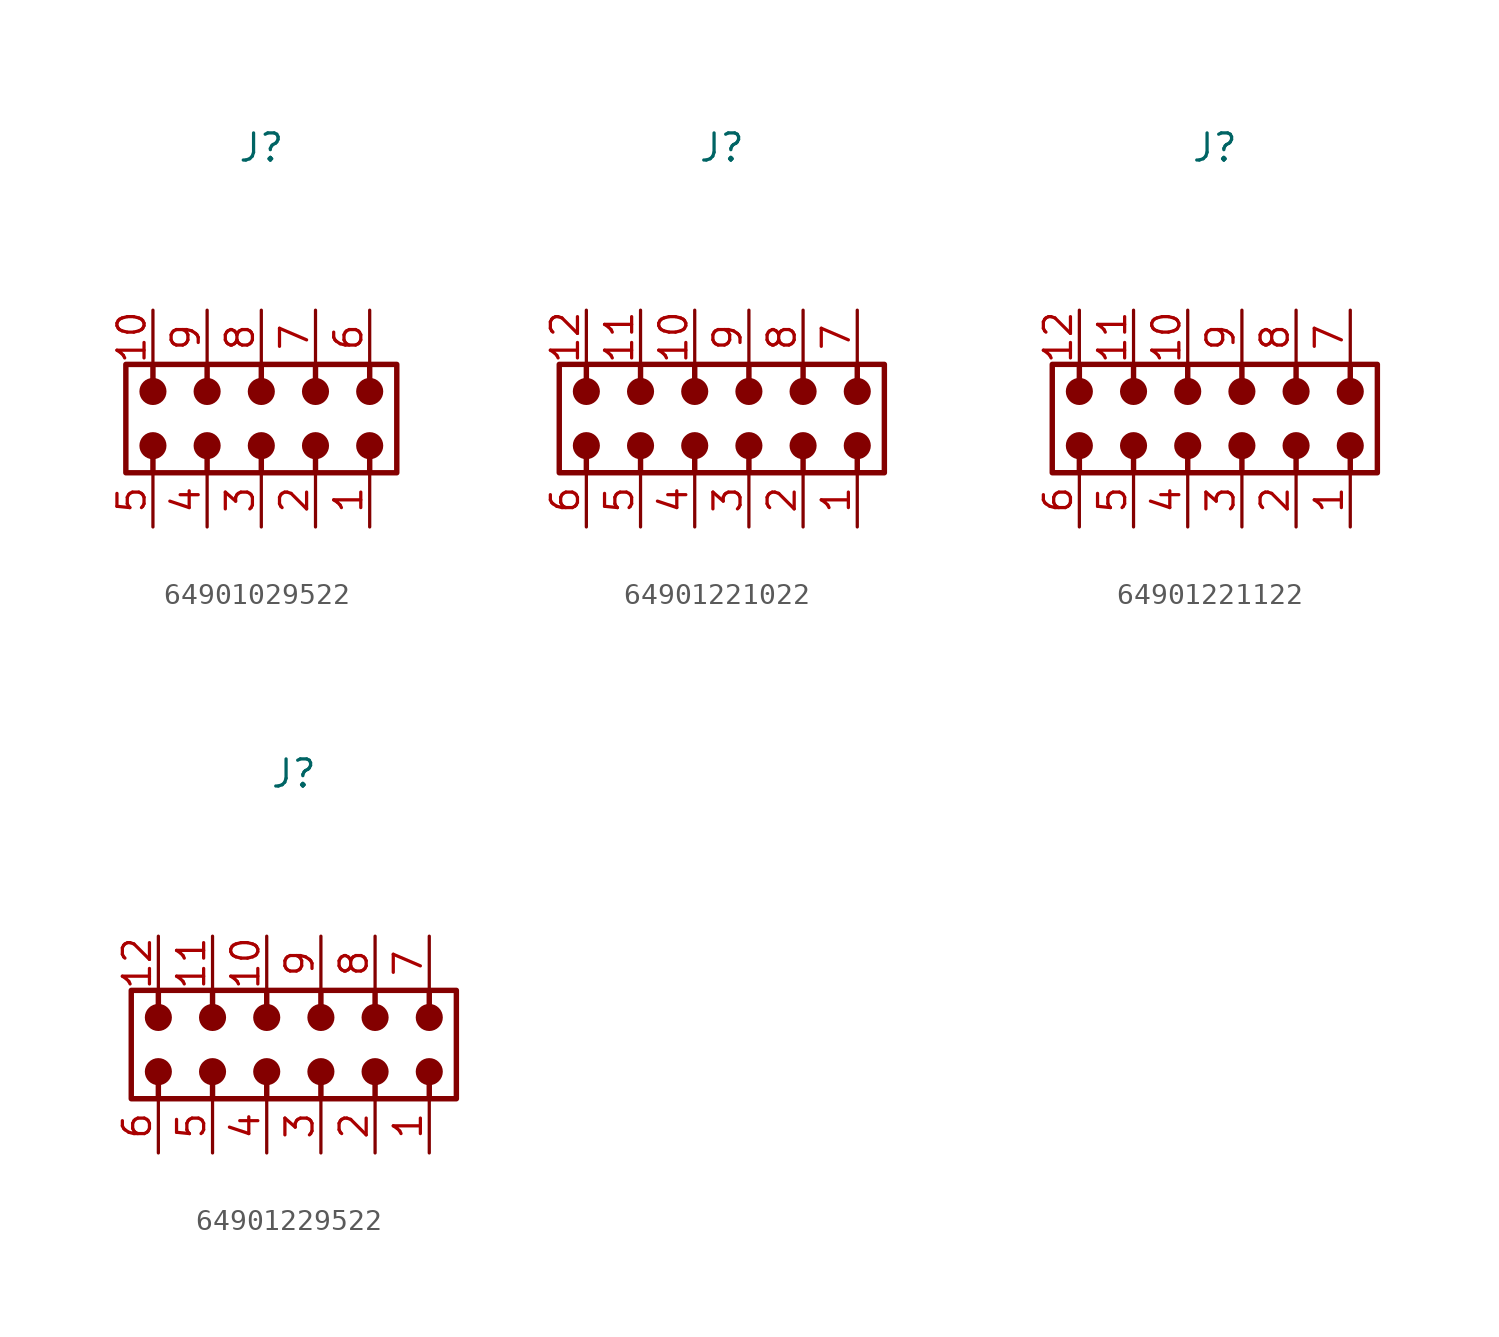
<source format=kicad_sym>
(kicad_symbol_lib
  (version 20241209)
  (generator "kicad_symbol_editor")
  (generator_version "9.0")
  (symbol "64901029522"
    (pin_names
      (hide yes))
    (property "Reference" "J"
      (at 0 12.7 0)
      (effects (font (size 1.27 1.27))))
    (symbol "64901029522_1_1"
      (rectangle (start -6.35 2.54) (end 6.35 -2.54) (stroke (width 0.254) (type solid)) (fill (type none)))
      (polyline (pts (xy -5.08 1.778) (xy -5.08 2.54)) (stroke (width 0.254) (type solid)) (fill (type none)))
      (circle (center -5.08 1.27) (radius 0.508) (stroke (width 0.254) (type solid)) (fill (type outline)))
      (circle (center -5.08 -1.27) (radius 0.508) (stroke (width 0.254) (type solid)) (fill (type outline)))
      (polyline (pts (xy -5.08 -1.778) (xy -5.08 -2.54)) (stroke (width 0.254) (type solid)) (fill (type none)))
      (polyline (pts (xy -2.54 1.778) (xy -2.54 2.54)) (stroke (width 0.254) (type solid)) (fill (type none)))
      (circle (center -2.54 1.27) (radius 0.508) (stroke (width 0.254) (type solid)) (fill (type outline)))
      (circle (center -2.54 -1.27) (radius 0.508) (stroke (width 0.254) (type solid)) (fill (type outline)))
      (polyline (pts (xy -2.54 -1.778) (xy -2.54 -2.54)) (stroke (width 0.254) (type solid)) (fill (type none)))
      (polyline (pts (xy 0 1.778) (xy 0 2.54)) (stroke (width 0.254) (type solid)) (fill (type none)))
      (circle (center 0 1.27) (radius 0.508) (stroke (width 0.254) (type solid)) (fill (type outline)))
      (circle (center 0 -1.27) (radius 0.508) (stroke (width 0.254) (type solid)) (fill (type outline)))
      (polyline (pts (xy 0 -1.778) (xy 0 -2.54)) (stroke (width 0.254) (type solid)) (fill (type none)))
      (polyline (pts (xy 2.54 1.778) (xy 2.54 2.54)) (stroke (width 0.254) (type solid)) (fill (type none)))
      (circle (center 2.54 1.27) (radius 0.508) (stroke (width 0.254) (type solid)) (fill (type outline)))
      (circle (center 2.54 -1.27) (radius 0.508) (stroke (width 0.254) (type solid)) (fill (type outline)))
      (polyline (pts (xy 2.54 -1.778) (xy 2.54 -2.54)) (stroke (width 0.254) (type solid)) (fill (type none)))
      (polyline (pts (xy 5.08 1.778) (xy 5.08 2.54)) (stroke (width 0.254) (type solid)) (fill (type none)))
      (circle (center 5.08 1.27) (radius 0.508) (stroke (width 0.254) (type solid)) (fill (type outline)))
      (circle (center 5.08 -1.27) (radius 0.508) (stroke (width 0.254) (type solid)) (fill (type outline)))
      (polyline (pts (xy 5.08 -1.778) (xy 5.08 -2.54)) (stroke (width 0.254) (type solid)) (fill (type none)))
      (pin passive line (at -5.08 5.08 270) (length 2.54) (name "10" (effects (font (size 1.27 1.27)))) (number "10" (effects (font (size 1.27 1.27)))))
      (pin passive line (at -5.08 -5.08 90) (length 2.54) (name "5" (effects (font (size 1.27 1.27)))) (number "5" (effects (font (size 1.27 1.27)))))
      (pin passive line (at -2.54 5.08 270) (length 2.54) (name "9" (effects (font (size 1.27 1.27)))) (number "9" (effects (font (size 1.27 1.27)))))
      (pin passive line (at -2.54 -5.08 90) (length 2.54) (name "4" (effects (font (size 1.27 1.27)))) (number "4" (effects (font (size 1.27 1.27)))))
      (pin passive line (at 0 5.08 270) (length 2.54) (name "8" (effects (font (size 1.27 1.27)))) (number "8" (effects (font (size 1.27 1.27)))))
      (pin passive line (at 0 -5.08 90) (length 2.54) (name "3" (effects (font (size 1.27 1.27)))) (number "3" (effects (font (size 1.27 1.27)))))
      (pin passive line (at 2.54 5.08 270) (length 2.54) (name "7" (effects (font (size 1.27 1.27)))) (number "7" (effects (font (size 1.27 1.27)))))
      (pin passive line (at 2.54 -5.08 90) (length 2.54) (name "2" (effects (font (size 1.27 1.27)))) (number "2" (effects (font (size 1.27 1.27)))))
      (pin passive line (at 5.08 5.08 270) (length 2.54) (name "6" (effects (font (size 1.27 1.27)))) (number "6" (effects (font (size 1.27 1.27)))))
      (pin passive line (at 5.08 -5.08 90) (length 2.54) (name "1" (effects (font (size 1.27 1.27)))) (number "1" (effects (font (size 1.27 1.27)))))))
  (symbol "64901221022"
    (pin_names
      (hide yes))
    (property "Reference" "J"
      (at 0 12.7 0)
      (effects (font (size 1.27 1.27))))
    (symbol "64901221022_1_1"
      (rectangle (start -7.62 2.54) (end 7.62 -2.54) (stroke (width 0.254) (type solid)) (fill (type none)))
      (polyline (pts (xy -6.35 1.778) (xy -6.35 2.54)) (stroke (width 0.254) (type solid)) (fill (type none)))
      (circle (center -6.35 1.27) (radius 0.508) (stroke (width 0.254) (type solid)) (fill (type outline)))
      (circle (center -6.35 -1.27) (radius 0.508) (stroke (width 0.254) (type solid)) (fill (type outline)))
      (polyline (pts (xy -6.35 -1.778) (xy -6.35 -2.54)) (stroke (width 0.254) (type solid)) (fill (type none)))
      (polyline (pts (xy -3.81 1.778) (xy -3.81 2.54)) (stroke (width 0.254) (type solid)) (fill (type none)))
      (circle (center -3.81 1.27) (radius 0.508) (stroke (width 0.254) (type solid)) (fill (type outline)))
      (circle (center -3.81 -1.27) (radius 0.508) (stroke (width 0.254) (type solid)) (fill (type outline)))
      (polyline (pts (xy -3.81 -1.778) (xy -3.81 -2.54)) (stroke (width 0.254) (type solid)) (fill (type none)))
      (polyline (pts (xy -1.27 1.778) (xy -1.27 2.54)) (stroke (width 0.254) (type solid)) (fill (type none)))
      (circle (center -1.27 1.27) (radius 0.508) (stroke (width 0.254) (type solid)) (fill (type outline)))
      (circle (center -1.27 -1.27) (radius 0.508) (stroke (width 0.254) (type solid)) (fill (type outline)))
      (polyline (pts (xy -1.27 -1.778) (xy -1.27 -2.54)) (stroke (width 0.254) (type solid)) (fill (type none)))
      (polyline (pts (xy 1.27 1.778) (xy 1.27 2.54)) (stroke (width 0.254) (type solid)) (fill (type none)))
      (circle (center 1.27 1.27) (radius 0.508) (stroke (width 0.254) (type solid)) (fill (type outline)))
      (circle (center 1.27 -1.27) (radius 0.508) (stroke (width 0.254) (type solid)) (fill (type outline)))
      (polyline (pts (xy 1.27 -1.778) (xy 1.27 -2.54)) (stroke (width 0.254) (type solid)) (fill (type none)))
      (polyline (pts (xy 3.81 1.778) (xy 3.81 2.54)) (stroke (width 0.254) (type solid)) (fill (type none)))
      (circle (center 3.81 1.27) (radius 0.508) (stroke (width 0.254) (type solid)) (fill (type outline)))
      (circle (center 3.81 -1.27) (radius 0.508) (stroke (width 0.254) (type solid)) (fill (type outline)))
      (polyline (pts (xy 3.81 -1.778) (xy 3.81 -2.54)) (stroke (width 0.254) (type solid)) (fill (type none)))
      (polyline (pts (xy 6.35 1.778) (xy 6.35 2.54)) (stroke (width 0.254) (type solid)) (fill (type none)))
      (circle (center 6.35 1.27) (radius 0.508) (stroke (width 0.254) (type solid)) (fill (type outline)))
      (circle (center 6.35 -1.27) (radius 0.508) (stroke (width 0.254) (type solid)) (fill (type outline)))
      (polyline (pts (xy 6.35 -1.778) (xy 6.35 -2.54)) (stroke (width 0.254) (type solid)) (fill (type none)))
      (pin passive line (at -6.35 5.08 270) (length 2.54) (name "12" (effects (font (size 1.27 1.27)))) (number "12" (effects (font (size 1.27 1.27)))))
      (pin passive line (at -6.35 -5.08 90) (length 2.54) (name "6" (effects (font (size 1.27 1.27)))) (number "6" (effects (font (size 1.27 1.27)))))
      (pin passive line (at -3.81 5.08 270) (length 2.54) (name "11" (effects (font (size 1.27 1.27)))) (number "11" (effects (font (size 1.27 1.27)))))
      (pin passive line (at -3.81 -5.08 90) (length 2.54) (name "5" (effects (font (size 1.27 1.27)))) (number "5" (effects (font (size 1.27 1.27)))))
      (pin passive line (at -1.27 5.08 270) (length 2.54) (name "10" (effects (font (size 1.27 1.27)))) (number "10" (effects (font (size 1.27 1.27)))))
      (pin passive line (at -1.27 -5.08 90) (length 2.54) (name "4" (effects (font (size 1.27 1.27)))) (number "4" (effects (font (size 1.27 1.27)))))
      (pin passive line (at 1.27 5.08 270) (length 2.54) (name "9" (effects (font (size 1.27 1.27)))) (number "9" (effects (font (size 1.27 1.27)))))
      (pin passive line (at 1.27 -5.08 90) (length 2.54) (name "3" (effects (font (size 1.27 1.27)))) (number "3" (effects (font (size 1.27 1.27)))))
      (pin passive line (at 3.81 5.08 270) (length 2.54) (name "8" (effects (font (size 1.27 1.27)))) (number "8" (effects (font (size 1.27 1.27)))))
      (pin passive line (at 3.81 -5.08 90) (length 2.54) (name "2" (effects (font (size 1.27 1.27)))) (number "2" (effects (font (size 1.27 1.27)))))
      (pin passive line (at 6.35 5.08 270) (length 2.54) (name "7" (effects (font (size 1.27 1.27)))) (number "7" (effects (font (size 1.27 1.27)))))
      (pin passive line (at 6.35 -5.08 90) (length 2.54) (name "1" (effects (font (size 1.27 1.27)))) (number "1" (effects (font (size 1.27 1.27)))))))
  (symbol "64901221122"
    (pin_names
      (hide yes))
    (property "Reference" "J"
      (at 0 12.7 0)
      (effects (font (size 1.27 1.27))))
    (symbol "64901221122_1_1"
      (rectangle (start -7.62 2.54) (end 7.62 -2.54) (stroke (width 0.254) (type solid)) (fill (type none)))
      (polyline (pts (xy -6.35 1.778) (xy -6.35 2.54)) (stroke (width 0.254) (type solid)) (fill (type none)))
      (circle (center -6.35 1.27) (radius 0.508) (stroke (width 0.254) (type solid)) (fill (type outline)))
      (circle (center -6.35 -1.27) (radius 0.508) (stroke (width 0.254) (type solid)) (fill (type outline)))
      (polyline (pts (xy -6.35 -1.778) (xy -6.35 -2.54)) (stroke (width 0.254) (type solid)) (fill (type none)))
      (polyline (pts (xy -3.81 1.778) (xy -3.81 2.54)) (stroke (width 0.254) (type solid)) (fill (type none)))
      (circle (center -3.81 1.27) (radius 0.508) (stroke (width 0.254) (type solid)) (fill (type outline)))
      (circle (center -3.81 -1.27) (radius 0.508) (stroke (width 0.254) (type solid)) (fill (type outline)))
      (polyline (pts (xy -3.81 -1.778) (xy -3.81 -2.54)) (stroke (width 0.254) (type solid)) (fill (type none)))
      (polyline (pts (xy -1.27 1.778) (xy -1.27 2.54)) (stroke (width 0.254) (type solid)) (fill (type none)))
      (circle (center -1.27 1.27) (radius 0.508) (stroke (width 0.254) (type solid)) (fill (type outline)))
      (circle (center -1.27 -1.27) (radius 0.508) (stroke (width 0.254) (type solid)) (fill (type outline)))
      (polyline (pts (xy -1.27 -1.778) (xy -1.27 -2.54)) (stroke (width 0.254) (type solid)) (fill (type none)))
      (polyline (pts (xy 1.27 1.778) (xy 1.27 2.54)) (stroke (width 0.254) (type solid)) (fill (type none)))
      (circle (center 1.27 1.27) (radius 0.508) (stroke (width 0.254) (type solid)) (fill (type outline)))
      (circle (center 1.27 -1.27) (radius 0.508) (stroke (width 0.254) (type solid)) (fill (type outline)))
      (polyline (pts (xy 1.27 -1.778) (xy 1.27 -2.54)) (stroke (width 0.254) (type solid)) (fill (type none)))
      (polyline (pts (xy 3.81 1.778) (xy 3.81 2.54)) (stroke (width 0.254) (type solid)) (fill (type none)))
      (circle (center 3.81 1.27) (radius 0.508) (stroke (width 0.254) (type solid)) (fill (type outline)))
      (circle (center 3.81 -1.27) (radius 0.508) (stroke (width 0.254) (type solid)) (fill (type outline)))
      (polyline (pts (xy 3.81 -1.778) (xy 3.81 -2.54)) (stroke (width 0.254) (type solid)) (fill (type none)))
      (polyline (pts (xy 6.35 1.778) (xy 6.35 2.54)) (stroke (width 0.254) (type solid)) (fill (type none)))
      (circle (center 6.35 1.27) (radius 0.508) (stroke (width 0.254) (type solid)) (fill (type outline)))
      (circle (center 6.35 -1.27) (radius 0.508) (stroke (width 0.254) (type solid)) (fill (type outline)))
      (polyline (pts (xy 6.35 -1.778) (xy 6.35 -2.54)) (stroke (width 0.254) (type solid)) (fill (type none)))
      (pin passive line (at -6.35 5.08 270) (length 2.54) (name "12" (effects (font (size 1.27 1.27)))) (number "12" (effects (font (size 1.27 1.27)))))
      (pin passive line (at -6.35 -5.08 90) (length 2.54) (name "6" (effects (font (size 1.27 1.27)))) (number "6" (effects (font (size 1.27 1.27)))))
      (pin passive line (at -3.81 5.08 270) (length 2.54) (name "11" (effects (font (size 1.27 1.27)))) (number "11" (effects (font (size 1.27 1.27)))))
      (pin passive line (at -3.81 -5.08 90) (length 2.54) (name "5" (effects (font (size 1.27 1.27)))) (number "5" (effects (font (size 1.27 1.27)))))
      (pin passive line (at -1.27 5.08 270) (length 2.54) (name "10" (effects (font (size 1.27 1.27)))) (number "10" (effects (font (size 1.27 1.27)))))
      (pin passive line (at -1.27 -5.08 90) (length 2.54) (name "4" (effects (font (size 1.27 1.27)))) (number "4" (effects (font (size 1.27 1.27)))))
      (pin passive line (at 1.27 5.08 270) (length 2.54) (name "9" (effects (font (size 1.27 1.27)))) (number "9" (effects (font (size 1.27 1.27)))))
      (pin passive line (at 1.27 -5.08 90) (length 2.54) (name "3" (effects (font (size 1.27 1.27)))) (number "3" (effects (font (size 1.27 1.27)))))
      (pin passive line (at 3.81 5.08 270) (length 2.54) (name "8" (effects (font (size 1.27 1.27)))) (number "8" (effects (font (size 1.27 1.27)))))
      (pin passive line (at 3.81 -5.08 90) (length 2.54) (name "2" (effects (font (size 1.27 1.27)))) (number "2" (effects (font (size 1.27 1.27)))))
      (pin passive line (at 6.35 5.08 270) (length 2.54) (name "7" (effects (font (size 1.27 1.27)))) (number "7" (effects (font (size 1.27 1.27)))))
      (pin passive line (at 6.35 -5.08 90) (length 2.54) (name "1" (effects (font (size 1.27 1.27)))) (number "1" (effects (font (size 1.27 1.27)))))))
  (symbol "64901229522"
    (pin_names
      (hide yes))
    (property "Reference" "J"
      (at 0 12.7 0)
      (effects (font (size 1.27 1.27))))
    (symbol "64901229522_1_1"
      (rectangle (start -7.62 2.54) (end 7.62 -2.54) (stroke (width 0.254) (type solid)) (fill (type none)))
      (polyline (pts (xy -6.35 1.778) (xy -6.35 2.54)) (stroke (width 0.254) (type solid)) (fill (type none)))
      (circle (center -6.35 1.27) (radius 0.508) (stroke (width 0.254) (type solid)) (fill (type outline)))
      (circle (center -6.35 -1.27) (radius 0.508) (stroke (width 0.254) (type solid)) (fill (type outline)))
      (polyline (pts (xy -6.35 -1.778) (xy -6.35 -2.54)) (stroke (width 0.254) (type solid)) (fill (type none)))
      (polyline (pts (xy -3.81 1.778) (xy -3.81 2.54)) (stroke (width 0.254) (type solid)) (fill (type none)))
      (circle (center -3.81 1.27) (radius 0.508) (stroke (width 0.254) (type solid)) (fill (type outline)))
      (circle (center -3.81 -1.27) (radius 0.508) (stroke (width 0.254) (type solid)) (fill (type outline)))
      (polyline (pts (xy -3.81 -1.778) (xy -3.81 -2.54)) (stroke (width 0.254) (type solid)) (fill (type none)))
      (polyline (pts (xy -1.27 1.778) (xy -1.27 2.54)) (stroke (width 0.254) (type solid)) (fill (type none)))
      (circle (center -1.27 1.27) (radius 0.508) (stroke (width 0.254) (type solid)) (fill (type outline)))
      (circle (center -1.27 -1.27) (radius 0.508) (stroke (width 0.254) (type solid)) (fill (type outline)))
      (polyline (pts (xy -1.27 -1.778) (xy -1.27 -2.54)) (stroke (width 0.254) (type solid)) (fill (type none)))
      (polyline (pts (xy 1.27 1.778) (xy 1.27 2.54)) (stroke (width 0.254) (type solid)) (fill (type none)))
      (circle (center 1.27 1.27) (radius 0.508) (stroke (width 0.254) (type solid)) (fill (type outline)))
      (circle (center 1.27 -1.27) (radius 0.508) (stroke (width 0.254) (type solid)) (fill (type outline)))
      (polyline (pts (xy 1.27 -1.778) (xy 1.27 -2.54)) (stroke (width 0.254) (type solid)) (fill (type none)))
      (polyline (pts (xy 3.81 1.778) (xy 3.81 2.54)) (stroke (width 0.254) (type solid)) (fill (type none)))
      (circle (center 3.81 1.27) (radius 0.508) (stroke (width 0.254) (type solid)) (fill (type outline)))
      (circle (center 3.81 -1.27) (radius 0.508) (stroke (width 0.254) (type solid)) (fill (type outline)))
      (polyline (pts (xy 3.81 -1.778) (xy 3.81 -2.54)) (stroke (width 0.254) (type solid)) (fill (type none)))
      (polyline (pts (xy 6.35 1.778) (xy 6.35 2.54)) (stroke (width 0.254) (type solid)) (fill (type none)))
      (circle (center 6.35 1.27) (radius 0.508) (stroke (width 0.254) (type solid)) (fill (type outline)))
      (circle (center 6.35 -1.27) (radius 0.508) (stroke (width 0.254) (type solid)) (fill (type outline)))
      (polyline (pts (xy 6.35 -1.778) (xy 6.35 -2.54)) (stroke (width 0.254) (type solid)) (fill (type none)))
      (pin passive line (at -6.35 5.08 270) (length 2.54) (name "12" (effects (font (size 1.27 1.27)))) (number "12" (effects (font (size 1.27 1.27)))))
      (pin passive line (at -6.35 -5.08 90) (length 2.54) (name "6" (effects (font (size 1.27 1.27)))) (number "6" (effects (font (size 1.27 1.27)))))
      (pin passive line (at -3.81 5.08 270) (length 2.54) (name "11" (effects (font (size 1.27 1.27)))) (number "11" (effects (font (size 1.27 1.27)))))
      (pin passive line (at -3.81 -5.08 90) (length 2.54) (name "5" (effects (font (size 1.27 1.27)))) (number "5" (effects (font (size 1.27 1.27)))))
      (pin passive line (at -1.27 5.08 270) (length 2.54) (name "10" (effects (font (size 1.27 1.27)))) (number "10" (effects (font (size 1.27 1.27)))))
      (pin passive line (at -1.27 -5.08 90) (length 2.54) (name "4" (effects (font (size 1.27 1.27)))) (number "4" (effects (font (size 1.27 1.27)))))
      (pin passive line (at 1.27 5.08 270) (length 2.54) (name "9" (effects (font (size 1.27 1.27)))) (number "9" (effects (font (size 1.27 1.27)))))
      (pin passive line (at 1.27 -5.08 90) (length 2.54) (name "3" (effects (font (size 1.27 1.27)))) (number "3" (effects (font (size 1.27 1.27)))))
      (pin passive line (at 3.81 5.08 270) (length 2.54) (name "8" (effects (font (size 1.27 1.27)))) (number "8" (effects (font (size 1.27 1.27)))))
      (pin passive line (at 3.81 -5.08 90) (length 2.54) (name "2" (effects (font (size 1.27 1.27)))) (number "2" (effects (font (size 1.27 1.27)))))
      (pin passive line (at 6.35 5.08 270) (length 2.54) (name "7" (effects (font (size 1.27 1.27)))) (number "7" (effects (font (size 1.27 1.27)))))
      (pin passive line (at 6.35 -5.08 90) (length 2.54) (name "1" (effects (font (size 1.27 1.27)))) (number "1" (effects (font (size 1.27 1.27))))))))
</source>
